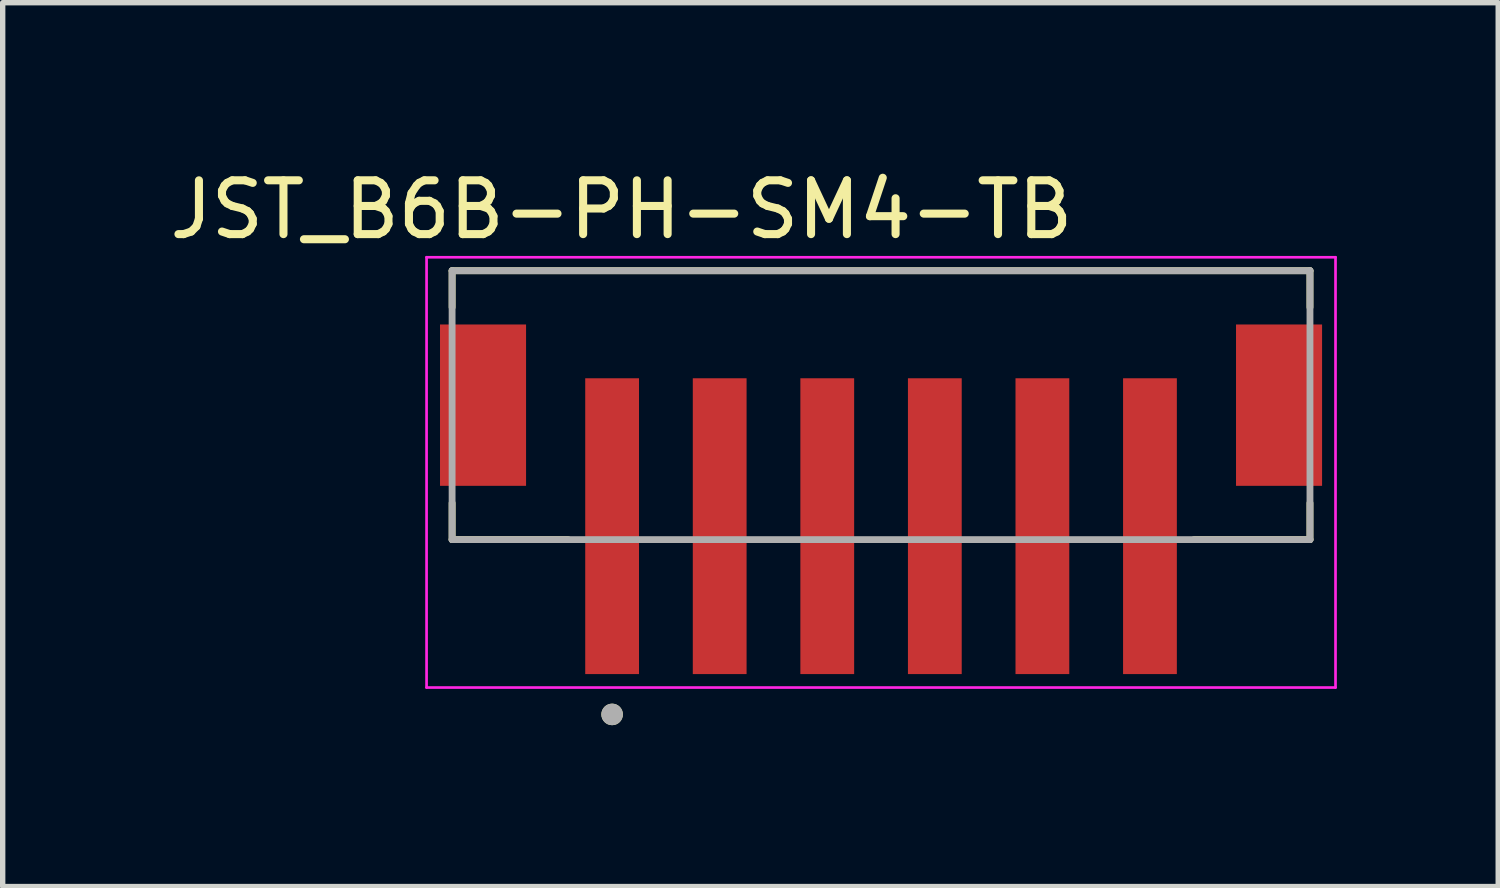
<source format=kicad_pcb>
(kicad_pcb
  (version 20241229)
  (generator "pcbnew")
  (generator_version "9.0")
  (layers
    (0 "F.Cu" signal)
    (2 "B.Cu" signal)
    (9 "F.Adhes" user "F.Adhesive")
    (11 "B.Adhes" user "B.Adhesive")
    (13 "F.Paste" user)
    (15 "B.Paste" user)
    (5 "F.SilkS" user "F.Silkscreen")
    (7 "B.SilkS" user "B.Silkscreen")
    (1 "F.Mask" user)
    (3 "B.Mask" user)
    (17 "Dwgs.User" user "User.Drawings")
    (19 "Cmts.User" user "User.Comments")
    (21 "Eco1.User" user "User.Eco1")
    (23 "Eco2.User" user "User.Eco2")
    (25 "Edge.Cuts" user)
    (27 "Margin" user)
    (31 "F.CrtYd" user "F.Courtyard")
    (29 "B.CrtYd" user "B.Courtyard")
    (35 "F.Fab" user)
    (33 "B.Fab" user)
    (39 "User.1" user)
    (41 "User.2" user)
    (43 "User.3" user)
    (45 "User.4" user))
  (footprint "JST_B6B-PH-SM4-TB"
    (layer "F.Cu")
    (at 13.331 4.483)
    (property "Reference" "JST_B6B-PH-SM4-TB" (at -4.825 -3.635 0) (layer "F.SilkS") (effects (font (size 1 1) (thickness 0.15))))
    (attr smd)
    (fp_line (start -7.975 -2.5) (end 7.975 -2.5) (stroke (width 0.127) (type solid)) (layer "F.SilkS"))
    (fp_line (start -7.975 -1.82) (end -7.975 -2.5) (stroke (width 0.127) (type solid)) (layer "F.SilkS"))
    (fp_line (start -7.975 2.5) (end -7.975 1.82) (stroke (width 0.127) (type solid)) (layer "F.SilkS"))
    (fp_line (start -5.82 2.5) (end -7.975 2.5) (stroke (width 0.127) (type solid)) (layer "F.SilkS"))
    (fp_line (start 7.975 -2.5) (end 7.975 -1.82) (stroke (width 0.127) (type solid)) (layer "F.SilkS"))
    (fp_line (start 7.975 2.5) (end 5.82 2.5) (stroke (width 0.127) (type solid)) (layer "F.SilkS"))
    (fp_line (start 7.975 2.5) (end 7.975 1.82) (stroke (width 0.127) (type solid)) (layer "F.SilkS"))
    (fp_circle (center -5 5.75) (end -4.9 5.75) (stroke (width 0.2) (type solid)) (fill no) (layer "F.SilkS"))
    (fp_line (start -8.45 -2.75) (end -8.45 5.25) (stroke (width 0.05) (type solid)) (layer "F.CrtYd"))
    (fp_line (start -8.45 5.25) (end 8.45 5.25) (stroke (width 0.05) (type solid)) (layer "F.CrtYd"))
    (fp_line (start 8.45 -2.75) (end -8.45 -2.75) (stroke (width 0.05) (type solid)) (layer "F.CrtYd"))
    (fp_line (start 8.45 5.25) (end 8.45 -2.75) (stroke (width 0.05) (type solid)) (layer "F.CrtYd"))
    (fp_line (start -7.975 -2.5) (end 7.975 -2.5) (stroke (width 0.127) (type solid)) (layer "F.Fab"))
    (fp_line (start -7.975 2.5) (end -7.975 -2.5) (stroke (width 0.127) (type solid)) (layer "F.Fab"))
    (fp_line (start 7.975 -2.5) (end 7.975 2.5) (stroke (width 0.127) (type solid)) (layer "F.Fab"))
    (fp_line (start 7.975 2.5) (end -7.975 2.5) (stroke (width 0.127) (type solid)) (layer "F.Fab"))
    (fp_circle (center -5 5.75) (end -4.9 5.75) (stroke (width 0.2) (type solid)) (fill no) (layer "F.Fab"))
    (pad "1" smd rect (at -5 2.25) (size 1 5.5) (layers "F.Cu" "F.Mask" "F.Paste"))
    (pad "2" smd rect (at -3 2.25) (size 1 5.5) (layers "F.Cu" "F.Mask" "F.Paste"))
    (pad "3" smd rect (at -1 2.25) (size 1 5.5) (layers "F.Cu" "F.Mask" "F.Paste"))
    (pad "4" smd rect (at 1 2.25) (size 1 5.5) (layers "F.Cu" "F.Mask" "F.Paste"))
    (pad "5" smd rect (at 3 2.25) (size 1 5.5) (layers "F.Cu" "F.Mask" "F.Paste"))
    (pad "6" smd rect (at 5 2.25) (size 1 5.5) (layers "F.Cu" "F.Mask" "F.Paste"))
    (pad "SH1" smd rect (at -7.4 0) (size 1.6 3) (layers "F.Cu" "F.Mask" "F.Paste"))
    (pad "SH2" smd rect (at 7.4 0) (size 1.6 3) (layers "F.Cu" "F.Mask" "F.Paste")))
  (gr_rect
    (start -3 -3)
    (end 24.806 13.433)
    (stroke (width 0.1) (type default))
    (fill no)
    (layer "Edge.Cuts")))
</source>
